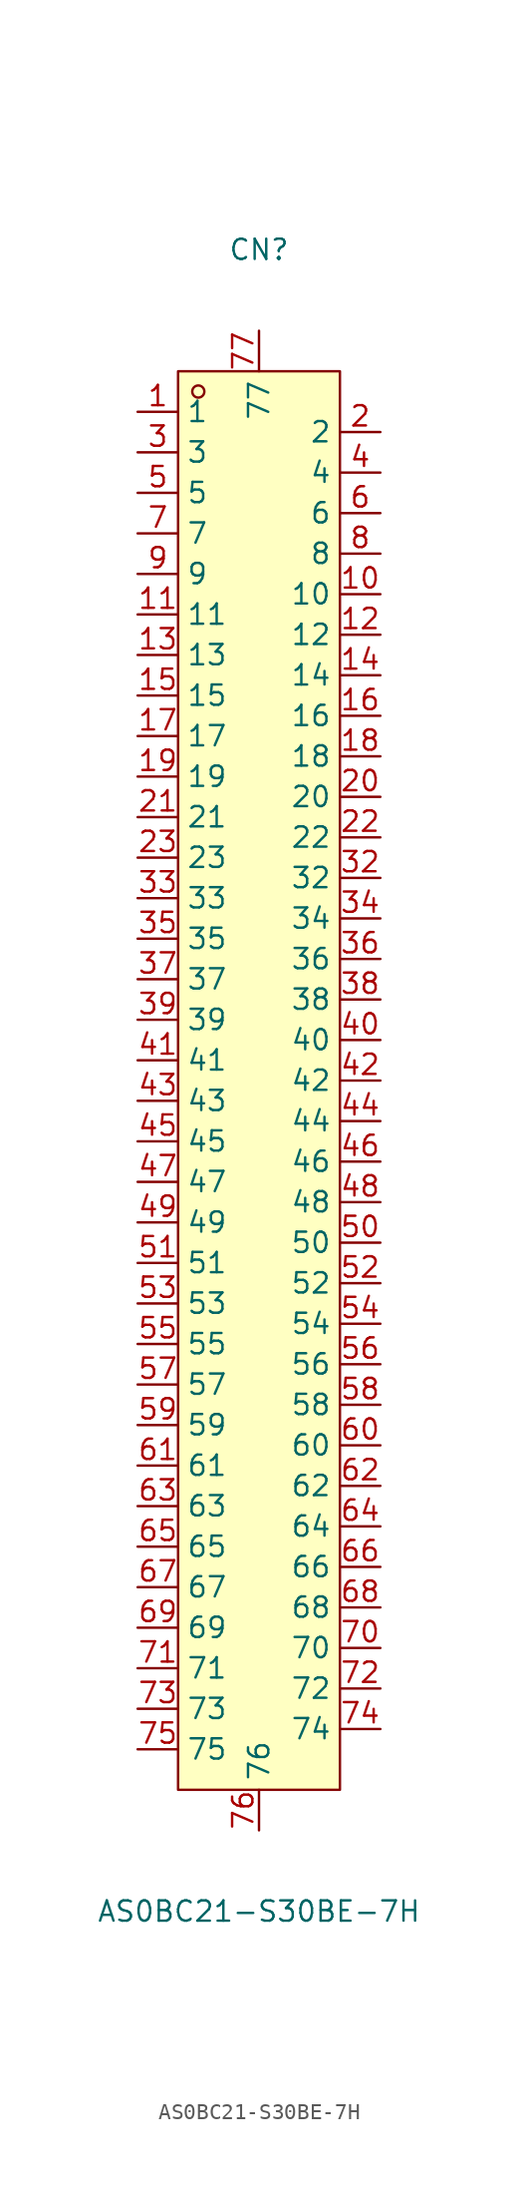
<source format=kicad_sym>
(kicad_symbol_lib
  (version 20231120)
  (generator "kicad_symbol_editor")
  (generator_version "8.0")
  (symbol "AS0BC21-S30BE-7H"
    (property "Reference" "CN"
      (at 0 52.07 0)
      (effects (font (size 1.27 1.27))))
    (property "Value" "AS0BC21-S30BE-7H"
      (at 0 -52.07 0)
      (effects (font (size 1.27 1.27))))
    (symbol "AS0BC21-S30BE-7H_0_1"
      (rectangle (start -5.08 44.45) (end 5.08 -44.45) (stroke (width 0) (type default)) (fill (type background)))
      (circle (center -3.81 43.18) (radius 0.38) (stroke (width 0) (type default)) (fill (type none)))
      (pin unspecified line (at -7.62 41.91 0) (length 2.54) (name "1" (effects (font (size 1.27 1.27)))) (number "1" (effects (font (size 1.27 1.27)))))
      (pin unspecified line (at 7.62 30.48 180) (length 2.54) (name "10" (effects (font (size 1.27 1.27)))) (number "10" (effects (font (size 1.27 1.27)))))
      (pin unspecified line (at -7.62 29.21 0) (length 2.54) (name "11" (effects (font (size 1.27 1.27)))) (number "11" (effects (font (size 1.27 1.27)))))
      (pin unspecified line (at 7.62 27.94 180) (length 2.54) (name "12" (effects (font (size 1.27 1.27)))) (number "12" (effects (font (size 1.27 1.27)))))
      (pin unspecified line (at -7.62 26.67 0) (length 2.54) (name "13" (effects (font (size 1.27 1.27)))) (number "13" (effects (font (size 1.27 1.27)))))
      (pin unspecified line (at 7.62 25.4 180) (length 2.54) (name "14" (effects (font (size 1.27 1.27)))) (number "14" (effects (font (size 1.27 1.27)))))
      (pin unspecified line (at -7.62 24.13 0) (length 2.54) (name "15" (effects (font (size 1.27 1.27)))) (number "15" (effects (font (size 1.27 1.27)))))
      (pin unspecified line (at 7.62 22.86 180) (length 2.54) (name "16" (effects (font (size 1.27 1.27)))) (number "16" (effects (font (size 1.27 1.27)))))
      (pin unspecified line (at -7.62 21.59 0) (length 2.54) (name "17" (effects (font (size 1.27 1.27)))) (number "17" (effects (font (size 1.27 1.27)))))
      (pin unspecified line (at 7.62 20.32 180) (length 2.54) (name "18" (effects (font (size 1.27 1.27)))) (number "18" (effects (font (size 1.27 1.27)))))
      (pin unspecified line (at -7.62 19.05 0) (length 2.54) (name "19" (effects (font (size 1.27 1.27)))) (number "19" (effects (font (size 1.27 1.27)))))
      (pin unspecified line (at 7.62 40.64 180) (length 2.54) (name "2" (effects (font (size 1.27 1.27)))) (number "2" (effects (font (size 1.27 1.27)))))
      (pin unspecified line (at 7.62 17.78 180) (length 2.54) (name "20" (effects (font (size 1.27 1.27)))) (number "20" (effects (font (size 1.27 1.27)))))
      (pin unspecified line (at -7.62 16.51 0) (length 2.54) (name "21" (effects (font (size 1.27 1.27)))) (number "21" (effects (font (size 1.27 1.27)))))
      (pin unspecified line (at 7.62 15.24 180) (length 2.54) (name "22" (effects (font (size 1.27 1.27)))) (number "22" (effects (font (size 1.27 1.27)))))
      (pin unspecified line (at -7.62 13.97 0) (length 2.54) (name "23" (effects (font (size 1.27 1.27)))) (number "23" (effects (font (size 1.27 1.27)))))
      (pin unspecified line (at -7.62 39.37 0) (length 2.54) (name "3" (effects (font (size 1.27 1.27)))) (number "3" (effects (font (size 1.27 1.27)))))
      (pin unspecified line (at 7.62 12.7 180) (length 2.54) (name "32" (effects (font (size 1.27 1.27)))) (number "32" (effects (font (size 1.27 1.27)))))
      (pin unspecified line (at -7.62 11.43 0) (length 2.54) (name "33" (effects (font (size 1.27 1.27)))) (number "33" (effects (font (size 1.27 1.27)))))
      (pin unspecified line (at 7.62 10.16 180) (length 2.54) (name "34" (effects (font (size 1.27 1.27)))) (number "34" (effects (font (size 1.27 1.27)))))
      (pin unspecified line (at -7.62 8.89 0) (length 2.54) (name "35" (effects (font (size 1.27 1.27)))) (number "35" (effects (font (size 1.27 1.27)))))
      (pin unspecified line (at 7.62 7.62 180) (length 2.54) (name "36" (effects (font (size 1.27 1.27)))) (number "36" (effects (font (size 1.27 1.27)))))
      (pin unspecified line (at -7.62 6.35 0) (length 2.54) (name "37" (effects (font (size 1.27 1.27)))) (number "37" (effects (font (size 1.27 1.27)))))
      (pin unspecified line (at 7.62 5.08 180) (length 2.54) (name "38" (effects (font (size 1.27 1.27)))) (number "38" (effects (font (size 1.27 1.27)))))
      (pin unspecified line (at -7.62 3.81 0) (length 2.54) (name "39" (effects (font (size 1.27 1.27)))) (number "39" (effects (font (size 1.27 1.27)))))
      (pin unspecified line (at 7.62 38.1 180) (length 2.54) (name "4" (effects (font (size 1.27 1.27)))) (number "4" (effects (font (size 1.27 1.27)))))
      (pin unspecified line (at 7.62 2.54 180) (length 2.54) (name "40" (effects (font (size 1.27 1.27)))) (number "40" (effects (font (size 1.27 1.27)))))
      (pin unspecified line (at -7.62 1.27 0) (length 2.54) (name "41" (effects (font (size 1.27 1.27)))) (number "41" (effects (font (size 1.27 1.27)))))
      (pin unspecified line (at 7.62 0 180) (length 2.54) (name "42" (effects (font (size 1.27 1.27)))) (number "42" (effects (font (size 1.27 1.27)))))
      (pin unspecified line (at -7.62 -1.27 0) (length 2.54) (name "43" (effects (font (size 1.27 1.27)))) (number "43" (effects (font (size 1.27 1.27)))))
      (pin unspecified line (at 7.62 -2.54 180) (length 2.54) (name "44" (effects (font (size 1.27 1.27)))) (number "44" (effects (font (size 1.27 1.27)))))
      (pin unspecified line (at -7.62 -3.81 0) (length 2.54) (name "45" (effects (font (size 1.27 1.27)))) (number "45" (effects (font (size 1.27 1.27)))))
      (pin unspecified line (at 7.62 -5.08 180) (length 2.54) (name "46" (effects (font (size 1.27 1.27)))) (number "46" (effects (font (size 1.27 1.27)))))
      (pin unspecified line (at -7.62 -6.35 0) (length 2.54) (name "47" (effects (font (size 1.27 1.27)))) (number "47" (effects (font (size 1.27 1.27)))))
      (pin unspecified line (at 7.62 -7.62 180) (length 2.54) (name "48" (effects (font (size 1.27 1.27)))) (number "48" (effects (font (size 1.27 1.27)))))
      (pin unspecified line (at -7.62 -8.89 0) (length 2.54) (name "49" (effects (font (size 1.27 1.27)))) (number "49" (effects (font (size 1.27 1.27)))))
      (pin unspecified line (at -7.62 36.83 0) (length 2.54) (name "5" (effects (font (size 1.27 1.27)))) (number "5" (effects (font (size 1.27 1.27)))))
      (pin unspecified line (at 7.62 -10.16 180) (length 2.54) (name "50" (effects (font (size 1.27 1.27)))) (number "50" (effects (font (size 1.27 1.27)))))
      (pin unspecified line (at -7.62 -11.43 0) (length 2.54) (name "51" (effects (font (size 1.27 1.27)))) (number "51" (effects (font (size 1.27 1.27)))))
      (pin unspecified line (at 7.62 -12.7 180) (length 2.54) (name "52" (effects (font (size 1.27 1.27)))) (number "52" (effects (font (size 1.27 1.27)))))
      (pin unspecified line (at -7.62 -13.97 0) (length 2.54) (name "53" (effects (font (size 1.27 1.27)))) (number "53" (effects (font (size 1.27 1.27)))))
      (pin unspecified line (at 7.62 -15.24 180) (length 2.54) (name "54" (effects (font (size 1.27 1.27)))) (number "54" (effects (font (size 1.27 1.27)))))
      (pin unspecified line (at -7.62 -16.51 0) (length 2.54) (name "55" (effects (font (size 1.27 1.27)))) (number "55" (effects (font (size 1.27 1.27)))))
      (pin unspecified line (at 7.62 -17.78 180) (length 2.54) (name "56" (effects (font (size 1.27 1.27)))) (number "56" (effects (font (size 1.27 1.27)))))
      (pin unspecified line (at -7.62 -19.05 0) (length 2.54) (name "57" (effects (font (size 1.27 1.27)))) (number "57" (effects (font (size 1.27 1.27)))))
      (pin unspecified line (at 7.62 -20.32 180) (length 2.54) (name "58" (effects (font (size 1.27 1.27)))) (number "58" (effects (font (size 1.27 1.27)))))
      (pin unspecified line (at -7.62 -21.59 0) (length 2.54) (name "59" (effects (font (size 1.27 1.27)))) (number "59" (effects (font (size 1.27 1.27)))))
      (pin unspecified line (at 7.62 35.56 180) (length 2.54) (name "6" (effects (font (size 1.27 1.27)))) (number "6" (effects (font (size 1.27 1.27)))))
      (pin unspecified line (at 7.62 -22.86 180) (length 2.54) (name "60" (effects (font (size 1.27 1.27)))) (number "60" (effects (font (size 1.27 1.27)))))
      (pin unspecified line (at -7.62 -24.13 0) (length 2.54) (name "61" (effects (font (size 1.27 1.27)))) (number "61" (effects (font (size 1.27 1.27)))))
      (pin unspecified line (at 7.62 -25.4 180) (length 2.54) (name "62" (effects (font (size 1.27 1.27)))) (number "62" (effects (font (size 1.27 1.27)))))
      (pin unspecified line (at -7.62 -26.67 0) (length 2.54) (name "63" (effects (font (size 1.27 1.27)))) (number "63" (effects (font (size 1.27 1.27)))))
      (pin unspecified line (at 7.62 -27.94 180) (length 2.54) (name "64" (effects (font (size 1.27 1.27)))) (number "64" (effects (font (size 1.27 1.27)))))
      (pin unspecified line (at -7.62 -29.21 0) (length 2.54) (name "65" (effects (font (size 1.27 1.27)))) (number "65" (effects (font (size 1.27 1.27)))))
      (pin unspecified line (at 7.62 -30.48 180) (length 2.54) (name "66" (effects (font (size 1.27 1.27)))) (number "66" (effects (font (size 1.27 1.27)))))
      (pin unspecified line (at -7.62 -31.75 0) (length 2.54) (name "67" (effects (font (size 1.27 1.27)))) (number "67" (effects (font (size 1.27 1.27)))))
      (pin unspecified line (at 7.62 -33.02 180) (length 2.54) (name "68" (effects (font (size 1.27 1.27)))) (number "68" (effects (font (size 1.27 1.27)))))
      (pin unspecified line (at -7.62 -34.29 0) (length 2.54) (name "69" (effects (font (size 1.27 1.27)))) (number "69" (effects (font (size 1.27 1.27)))))
      (pin unspecified line (at -7.62 34.29 0) (length 2.54) (name "7" (effects (font (size 1.27 1.27)))) (number "7" (effects (font (size 1.27 1.27)))))
      (pin unspecified line (at 7.62 -35.56 180) (length 2.54) (name "70" (effects (font (size 1.27 1.27)))) (number "70" (effects (font (size 1.27 1.27)))))
      (pin unspecified line (at -7.62 -36.83 0) (length 2.54) (name "71" (effects (font (size 1.27 1.27)))) (number "71" (effects (font (size 1.27 1.27)))))
      (pin unspecified line (at 7.62 -38.1 180) (length 2.54) (name "72" (effects (font (size 1.27 1.27)))) (number "72" (effects (font (size 1.27 1.27)))))
      (pin unspecified line (at -7.62 -39.37 0) (length 2.54) (name "73" (effects (font (size 1.27 1.27)))) (number "73" (effects (font (size 1.27 1.27)))))
      (pin unspecified line (at 7.62 -40.64 180) (length 2.54) (name "74" (effects (font (size 1.27 1.27)))) (number "74" (effects (font (size 1.27 1.27)))))
      (pin unspecified line (at -7.62 -41.91 0) (length 2.54) (name "75" (effects (font (size 1.27 1.27)))) (number "75" (effects (font (size 1.27 1.27)))))
      (pin unspecified line (at 0 -46.99 90) (length 2.54) (name "76" (effects (font (size 1.27 1.27)))) (number "76" (effects (font (size 1.27 1.27)))))
      (pin unspecified line (at 0 46.99 270) (length 2.54) (name "77" (effects (font (size 1.27 1.27)))) (number "77" (effects (font (size 1.27 1.27)))))
      (pin unspecified line (at 7.62 33.02 180) (length 2.54) (name "8" (effects (font (size 1.27 1.27)))) (number "8" (effects (font (size 1.27 1.27)))))
      (pin unspecified line (at -7.62 31.75 0) (length 2.54) (name "9" (effects (font (size 1.27 1.27)))) (number "9" (effects (font (size 1.27 1.27))))))))
</source>
